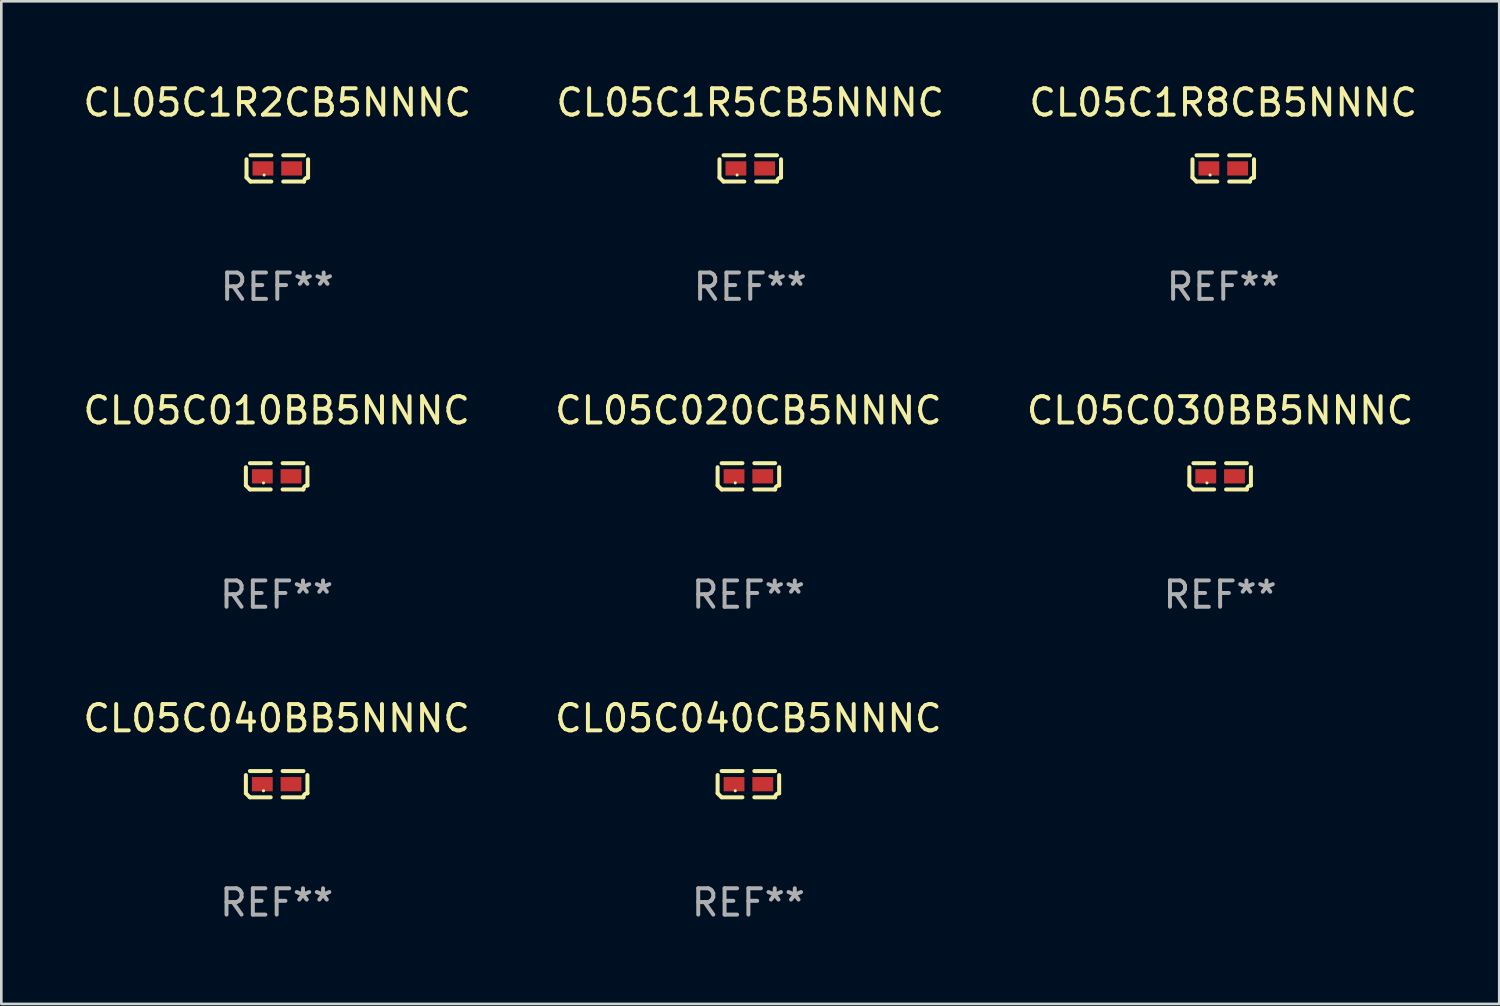
<source format=kicad_pcb>
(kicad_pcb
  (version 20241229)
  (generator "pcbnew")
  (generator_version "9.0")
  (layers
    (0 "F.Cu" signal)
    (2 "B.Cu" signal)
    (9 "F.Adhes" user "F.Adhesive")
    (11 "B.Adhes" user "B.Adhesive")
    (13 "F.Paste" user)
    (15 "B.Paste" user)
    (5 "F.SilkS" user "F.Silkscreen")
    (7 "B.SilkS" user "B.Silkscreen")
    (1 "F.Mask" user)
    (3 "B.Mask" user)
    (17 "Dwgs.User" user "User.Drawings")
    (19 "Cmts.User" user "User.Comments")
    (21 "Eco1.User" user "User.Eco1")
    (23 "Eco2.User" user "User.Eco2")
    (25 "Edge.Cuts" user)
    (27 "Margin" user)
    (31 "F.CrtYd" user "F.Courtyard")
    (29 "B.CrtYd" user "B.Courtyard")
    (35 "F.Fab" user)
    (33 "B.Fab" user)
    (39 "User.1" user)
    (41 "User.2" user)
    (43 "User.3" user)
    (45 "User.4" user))
  (footprint "CL05C1R8CB5NNNC"
    (layer "F.Cu")
    (at 43.411 3.347)
    (property "Reference" "CL05C1R8CB5NNNC" (at 0 -2.499 0) (layer "F.SilkS") (effects (font (size 1 1) (thickness 0.15))))
    (attr through_hole)
    (fp_line (start -1.169 0.346) (end -1.169 -0.346) (stroke (width 0.152) (type solid)) (layer "F.SilkS"))
    (fp_line (start -1.016 -0.499) (end -0.226 -0.499) (stroke (width 0.152) (type solid)) (layer "F.SilkS"))
    (fp_line (start -0.226 0.499) (end -1.016 0.499) (stroke (width 0.152) (type solid)) (layer "F.SilkS"))
    (fp_line (start 0.226 0.499) (end 1.016 0.499) (stroke (width 0.152) (type solid)) (layer "F.SilkS"))
    (fp_line (start 1.016 -0.499) (end 0.226 -0.499) (stroke (width 0.152) (type solid)) (layer "F.SilkS"))
    (fp_line (start 1.169 0.346) (end 1.169 -0.346) (stroke (width 0.152) (type solid)) (layer "F.SilkS"))
    (fp_arc (start -1.016307 0.498603) (mid -1.092512 0.422405) (end -1.16871 0.3462) (stroke (width 0.1524) (type solid)) (layer "F.SilkS"))
    (fp_arc (start 1.016307 0.498603) (mid 1.060899 0.390758) (end 1.168707 0.346076) (stroke (width 0.1524) (type solid)) (layer "F.SilkS"))
    (fp_circle (center -0.5 0.25) (end -0.47 0.25) (stroke (width 0.06) (type solid)) (fill no) (layer "F.SilkS"))
    (fp_text user "REF**" (at 0 4.499 0) (layer "F.Fab") (effects (font (size 1 1) (thickness 0.15))))
    (pad "1" smd rect (at -0.545 0) (size 0.79 0.54) (layers "F.Cu" "F.Mask" "F.Paste"))
    (pad "2" smd rect (at 0.545 0) (size 0.79 0.54) (layers "F.Cu" "F.Mask" "F.Paste")))
  (footprint "CL05C040BB5NNNC"
    (layer "F.Cu")
    (at 7.458 26.734)
    (property "Reference" "CL05C040BB5NNNC" (at 0 -2.499 0) (layer "F.SilkS") (effects (font (size 1 1) (thickness 0.15))))
    (attr through_hole)
    (fp_line (start -1.169 0.346) (end -1.169 -0.346) (stroke (width 0.152) (type solid)) (layer "F.SilkS"))
    (fp_line (start -1.016 -0.499) (end -0.226 -0.499) (stroke (width 0.152) (type solid)) (layer "F.SilkS"))
    (fp_line (start -0.226 0.499) (end -1.016 0.499) (stroke (width 0.152) (type solid)) (layer "F.SilkS"))
    (fp_line (start 0.226 0.499) (end 1.016 0.499) (stroke (width 0.152) (type solid)) (layer "F.SilkS"))
    (fp_line (start 1.016 -0.499) (end 0.226 -0.499) (stroke (width 0.152) (type solid)) (layer "F.SilkS"))
    (fp_line (start 1.169 0.346) (end 1.169 -0.346) (stroke (width 0.152) (type solid)) (layer "F.SilkS"))
    (fp_arc (start -1.016307 0.498603) (mid -1.092512 0.422405) (end -1.16871 0.3462) (stroke (width 0.1524) (type solid)) (layer "F.SilkS"))
    (fp_arc (start 1.016307 0.498603) (mid 1.060899 0.390758) (end 1.168707 0.346076) (stroke (width 0.1524) (type solid)) (layer "F.SilkS"))
    (fp_circle (center -0.5 0.25) (end -0.47 0.25) (stroke (width 0.06) (type solid)) (fill no) (layer "F.SilkS"))
    (fp_text user "REF**" (at 0 4.499 0) (layer "F.Fab") (effects (font (size 1 1) (thickness 0.15))))
    (pad "1" smd rect (at -0.545 0) (size 0.79 0.54) (layers "F.Cu" "F.Mask" "F.Paste"))
    (pad "2" smd rect (at 0.545 0) (size 0.79 0.54) (layers "F.Cu" "F.Mask" "F.Paste")))
  (footprint "CL05C1R2CB5NNNC"
    (layer "F.Cu")
    (at 7.482 3.347)
    (property "Reference" "CL05C1R2CB5NNNC" (at 0 -2.499 0) (layer "F.SilkS") (effects (font (size 1 1) (thickness 0.15))))
    (attr through_hole)
    (fp_line (start -1.169 0.346) (end -1.169 -0.346) (stroke (width 0.152) (type solid)) (layer "F.SilkS"))
    (fp_line (start -1.016 -0.499) (end -0.226 -0.499) (stroke (width 0.152) (type solid)) (layer "F.SilkS"))
    (fp_line (start -0.226 0.499) (end -1.016 0.499) (stroke (width 0.152) (type solid)) (layer "F.SilkS"))
    (fp_line (start 0.226 0.499) (end 1.016 0.499) (stroke (width 0.152) (type solid)) (layer "F.SilkS"))
    (fp_line (start 1.016 -0.499) (end 0.226 -0.499) (stroke (width 0.152) (type solid)) (layer "F.SilkS"))
    (fp_line (start 1.169 0.346) (end 1.169 -0.346) (stroke (width 0.152) (type solid)) (layer "F.SilkS"))
    (fp_arc (start -1.016307 0.498603) (mid -1.092512 0.422405) (end -1.16871 0.3462) (stroke (width 0.1524) (type solid)) (layer "F.SilkS"))
    (fp_arc (start 1.016307 0.498603) (mid 1.060899 0.390758) (end 1.168707 0.346076) (stroke (width 0.1524) (type solid)) (layer "F.SilkS"))
    (fp_circle (center -0.5 0.25) (end -0.47 0.25) (stroke (width 0.06) (type solid)) (fill no) (layer "F.SilkS"))
    (fp_text user "REF**" (at 0 4.499 0) (layer "F.Fab") (effects (font (size 1 1) (thickness 0.15))))
    (pad "1" smd rect (at -0.545 0) (size 0.79 0.54) (layers "F.Cu" "F.Mask" "F.Paste"))
    (pad "2" smd rect (at 0.545 0) (size 0.79 0.54) (layers "F.Cu" "F.Mask" "F.Paste")))
  (footprint "CL05C020CB5NNNC"
    (layer "F.Cu")
    (at 25.375 15.041)
    (property "Reference" "CL05C020CB5NNNC" (at 0 -2.499 0) (layer "F.SilkS") (effects (font (size 1 1) (thickness 0.15))))
    (attr through_hole)
    (fp_line (start -1.169 0.346) (end -1.169 -0.346) (stroke (width 0.152) (type solid)) (layer "F.SilkS"))
    (fp_line (start -1.016 -0.499) (end -0.226 -0.499) (stroke (width 0.152) (type solid)) (layer "F.SilkS"))
    (fp_line (start -0.226 0.499) (end -1.016 0.499) (stroke (width 0.152) (type solid)) (layer "F.SilkS"))
    (fp_line (start 0.226 0.499) (end 1.016 0.499) (stroke (width 0.152) (type solid)) (layer "F.SilkS"))
    (fp_line (start 1.016 -0.499) (end 0.226 -0.499) (stroke (width 0.152) (type solid)) (layer "F.SilkS"))
    (fp_line (start 1.169 0.346) (end 1.169 -0.346) (stroke (width 0.152) (type solid)) (layer "F.SilkS"))
    (fp_arc (start -1.016307 0.498603) (mid -1.092512 0.422405) (end -1.16871 0.3462) (stroke (width 0.1524) (type solid)) (layer "F.SilkS"))
    (fp_arc (start 1.016307 0.498603) (mid 1.060899 0.390758) (end 1.168707 0.346076) (stroke (width 0.1524) (type solid)) (layer "F.SilkS"))
    (fp_circle (center -0.5 0.25) (end -0.47 0.25) (stroke (width 0.06) (type solid)) (fill no) (layer "F.SilkS"))
    (fp_text user "REF**" (at 0 4.499 0) (layer "F.Fab") (effects (font (size 1 1) (thickness 0.15))))
    (pad "1" smd rect (at -0.545 0) (size 0.79 0.54) (layers "F.Cu" "F.Mask" "F.Paste"))
    (pad "2" smd rect (at 0.545 0) (size 0.79 0.54) (layers "F.Cu" "F.Mask" "F.Paste")))
  (footprint "CL05C010BB5NNNC"
    (layer "F.Cu")
    (at 7.458 15.041)
    (property "Reference" "CL05C010BB5NNNC" (at 0 -2.499 0) (layer "F.SilkS") (effects (font (size 1 1) (thickness 0.15))))
    (attr through_hole)
    (fp_line (start -1.169 0.346) (end -1.169 -0.346) (stroke (width 0.152) (type solid)) (layer "F.SilkS"))
    (fp_line (start -1.016 -0.499) (end -0.226 -0.499) (stroke (width 0.152) (type solid)) (layer "F.SilkS"))
    (fp_line (start -0.226 0.499) (end -1.016 0.499) (stroke (width 0.152) (type solid)) (layer "F.SilkS"))
    (fp_line (start 0.226 0.499) (end 1.016 0.499) (stroke (width 0.152) (type solid)) (layer "F.SilkS"))
    (fp_line (start 1.016 -0.499) (end 0.226 -0.499) (stroke (width 0.152) (type solid)) (layer "F.SilkS"))
    (fp_line (start 1.169 0.346) (end 1.169 -0.346) (stroke (width 0.152) (type solid)) (layer "F.SilkS"))
    (fp_arc (start -1.016307 0.498603) (mid -1.092512 0.422405) (end -1.16871 0.3462) (stroke (width 0.1524) (type solid)) (layer "F.SilkS"))
    (fp_arc (start 1.016307 0.498603) (mid 1.060899 0.390758) (end 1.168707 0.346076) (stroke (width 0.1524) (type solid)) (layer "F.SilkS"))
    (fp_circle (center -0.5 0.25) (end -0.47 0.25) (stroke (width 0.06) (type solid)) (fill no) (layer "F.SilkS"))
    (fp_text user "REF**" (at 0 4.499 0) (layer "F.Fab") (effects (font (size 1 1) (thickness 0.15))))
    (pad "1" smd rect (at -0.545 0) (size 0.79 0.54) (layers "F.Cu" "F.Mask" "F.Paste"))
    (pad "2" smd rect (at 0.545 0) (size 0.79 0.54) (layers "F.Cu" "F.Mask" "F.Paste")))
  (footprint "CL05C040CB5NNNC"
    (layer "F.Cu")
    (at 25.375 26.734)
    (property "Reference" "CL05C040CB5NNNC" (at 0 -2.499 0) (layer "F.SilkS") (effects (font (size 1 1) (thickness 0.15))))
    (attr through_hole)
    (fp_line (start -1.169 0.346) (end -1.169 -0.346) (stroke (width 0.152) (type solid)) (layer "F.SilkS"))
    (fp_line (start -1.016 -0.499) (end -0.226 -0.499) (stroke (width 0.152) (type solid)) (layer "F.SilkS"))
    (fp_line (start -0.226 0.499) (end -1.016 0.499) (stroke (width 0.152) (type solid)) (layer "F.SilkS"))
    (fp_line (start 0.226 0.499) (end 1.016 0.499) (stroke (width 0.152) (type solid)) (layer "F.SilkS"))
    (fp_line (start 1.016 -0.499) (end 0.226 -0.499) (stroke (width 0.152) (type solid)) (layer "F.SilkS"))
    (fp_line (start 1.169 0.346) (end 1.169 -0.346) (stroke (width 0.152) (type solid)) (layer "F.SilkS"))
    (fp_arc (start -1.016307 0.498603) (mid -1.092512 0.422405) (end -1.16871 0.3462) (stroke (width 0.1524) (type solid)) (layer "F.SilkS"))
    (fp_arc (start 1.016307 0.498603) (mid 1.060899 0.390758) (end 1.168707 0.346076) (stroke (width 0.1524) (type solid)) (layer "F.SilkS"))
    (fp_circle (center -0.5 0.25) (end -0.47 0.25) (stroke (width 0.06) (type solid)) (fill no) (layer "F.SilkS"))
    (fp_text user "REF**" (at 0 4.499 0) (layer "F.Fab") (effects (font (size 1 1) (thickness 0.15))))
    (pad "1" smd rect (at -0.545 0) (size 0.79 0.54) (layers "F.Cu" "F.Mask" "F.Paste"))
    (pad "2" smd rect (at 0.545 0) (size 0.79 0.54) (layers "F.Cu" "F.Mask" "F.Paste")))
  (footprint "CL05C1R5CB5NNNC"
    (layer "F.Cu")
    (at 25.446 3.347)
    (property "Reference" "CL05C1R5CB5NNNC" (at 0 -2.499 0) (layer "F.SilkS") (effects (font (size 1 1) (thickness 0.15))))
    (attr through_hole)
    (fp_line (start -1.169 0.346) (end -1.169 -0.346) (stroke (width 0.152) (type solid)) (layer "F.SilkS"))
    (fp_line (start -1.016 -0.499) (end -0.226 -0.499) (stroke (width 0.152) (type solid)) (layer "F.SilkS"))
    (fp_line (start -0.226 0.499) (end -1.016 0.499) (stroke (width 0.152) (type solid)) (layer "F.SilkS"))
    (fp_line (start 0.226 0.499) (end 1.016 0.499) (stroke (width 0.152) (type solid)) (layer "F.SilkS"))
    (fp_line (start 1.016 -0.499) (end 0.226 -0.499) (stroke (width 0.152) (type solid)) (layer "F.SilkS"))
    (fp_line (start 1.169 0.346) (end 1.169 -0.346) (stroke (width 0.152) (type solid)) (layer "F.SilkS"))
    (fp_arc (start -1.016307 0.498603) (mid -1.092512 0.422405) (end -1.16871 0.3462) (stroke (width 0.1524) (type solid)) (layer "F.SilkS"))
    (fp_arc (start 1.016307 0.498603) (mid 1.060899 0.390758) (end 1.168707 0.346076) (stroke (width 0.1524) (type solid)) (layer "F.SilkS"))
    (fp_circle (center -0.5 0.25) (end -0.47 0.25) (stroke (width 0.06) (type solid)) (fill no) (layer "F.SilkS"))
    (fp_text user "REF**" (at 0 4.499 0) (layer "F.Fab") (effects (font (size 1 1) (thickness 0.15))))
    (pad "1" smd rect (at -0.545 0) (size 0.79 0.54) (layers "F.Cu" "F.Mask" "F.Paste"))
    (pad "2" smd rect (at 0.545 0) (size 0.79 0.54) (layers "F.Cu" "F.Mask" "F.Paste")))
  (footprint "CL05C030BB5NNNC"
    (layer "F.Cu")
    (at 43.292 15.041)
    (property "Reference" "CL05C030BB5NNNC" (at 0 -2.499 0) (layer "F.SilkS") (effects (font (size 1 1) (thickness 0.15))))
    (attr through_hole)
    (fp_line (start -1.169 0.346) (end -1.169 -0.346) (stroke (width 0.152) (type solid)) (layer "F.SilkS"))
    (fp_line (start -1.016 -0.499) (end -0.226 -0.499) (stroke (width 0.152) (type solid)) (layer "F.SilkS"))
    (fp_line (start -0.226 0.499) (end -1.016 0.499) (stroke (width 0.152) (type solid)) (layer "F.SilkS"))
    (fp_line (start 0.226 0.499) (end 1.016 0.499) (stroke (width 0.152) (type solid)) (layer "F.SilkS"))
    (fp_line (start 1.016 -0.499) (end 0.226 -0.499) (stroke (width 0.152) (type solid)) (layer "F.SilkS"))
    (fp_line (start 1.169 0.346) (end 1.169 -0.346) (stroke (width 0.152) (type solid)) (layer "F.SilkS"))
    (fp_arc (start -1.016307 0.498603) (mid -1.092512 0.422405) (end -1.16871 0.3462) (stroke (width 0.1524) (type solid)) (layer "F.SilkS"))
    (fp_arc (start 1.016307 0.498603) (mid 1.060899 0.390758) (end 1.168707 0.346076) (stroke (width 0.1524) (type solid)) (layer "F.SilkS"))
    (fp_circle (center -0.5 0.25) (end -0.47 0.25) (stroke (width 0.06) (type solid)) (fill no) (layer "F.SilkS"))
    (fp_text user "REF**" (at 0 4.499 0) (layer "F.Fab") (effects (font (size 1 1) (thickness 0.15))))
    (pad "1" smd rect (at -0.545 0) (size 0.79 0.54) (layers "F.Cu" "F.Mask" "F.Paste"))
    (pad "2" smd rect (at 0.545 0) (size 0.79 0.54) (layers "F.Cu" "F.Mask" "F.Paste")))
  (gr_rect
    (start -3 -3)
    (end 53.893 35.081)
    (stroke (width 0.1) (type default))
    (fill no)
    (layer "Edge.Cuts")))
</source>
